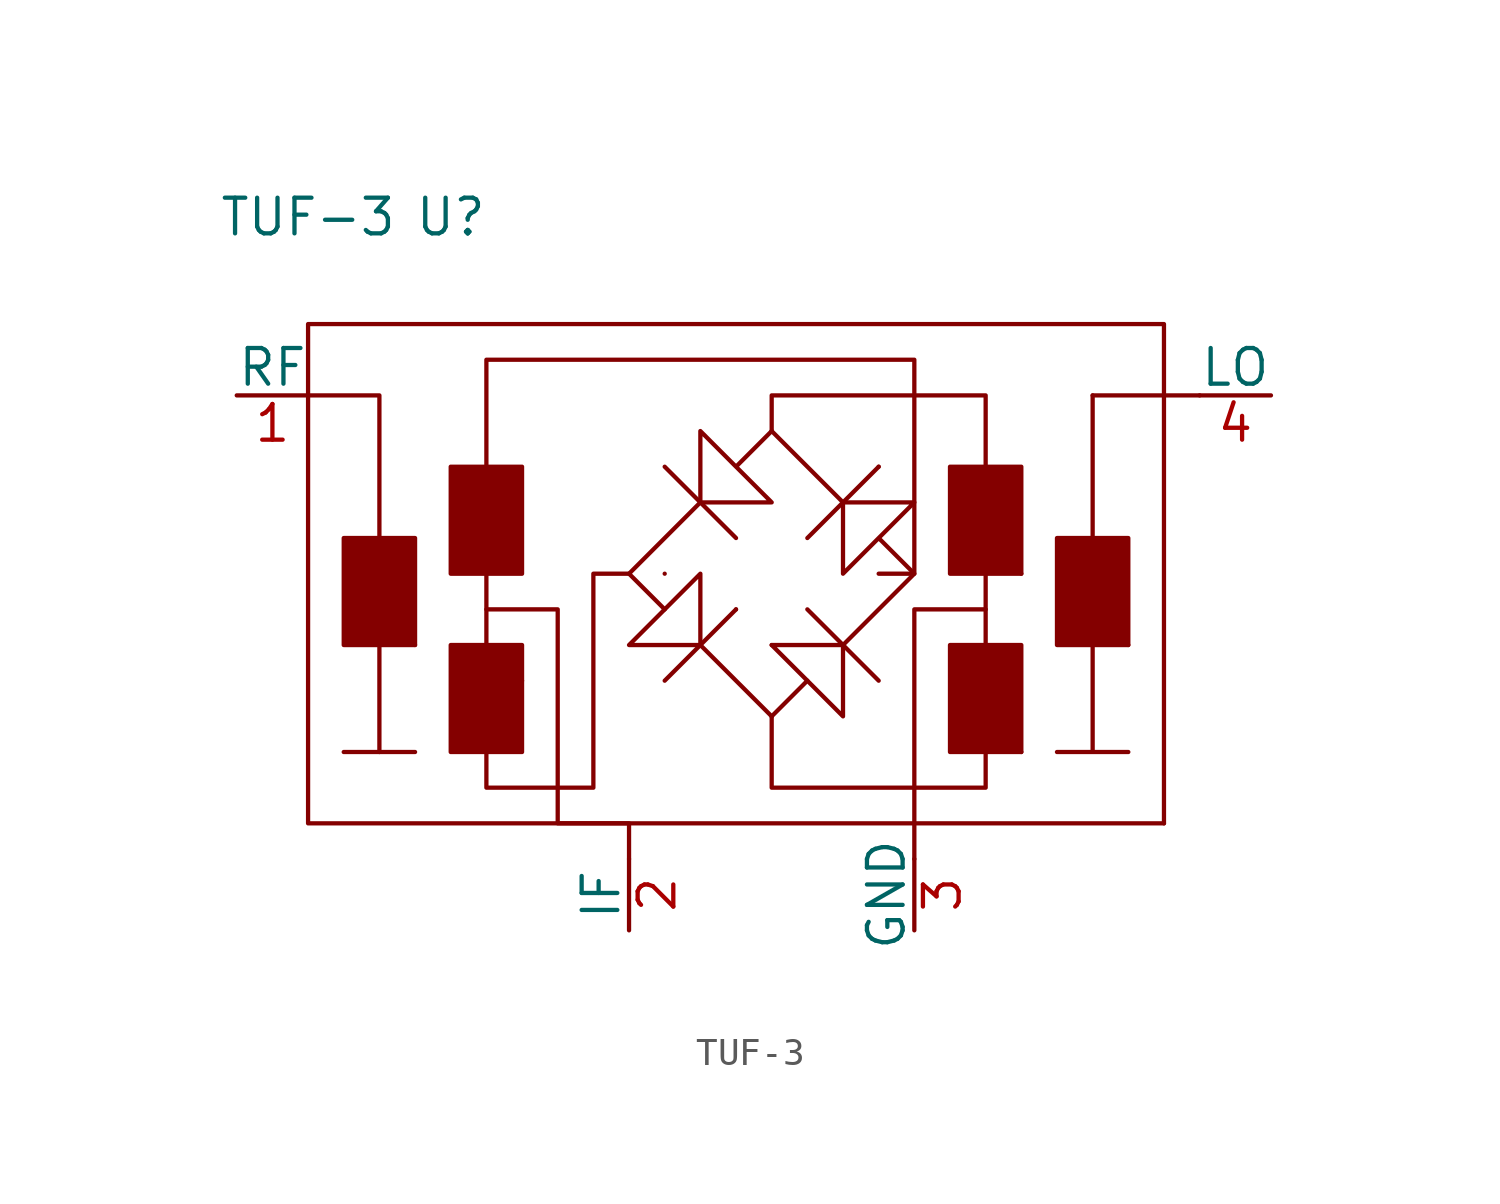
<source format=kicad_sym>
(kicad_symbol_lib
  (version 20211014)
  (generator kicad_symbol_editor)
  (symbol "TUF-3"
    (pin_names
      (offset 0))
    (property "Reference" "U"
      (at 5.08 3.81 0)
      (effects (font (size 1.27 1.27))))
    (property "Value" "TUF-3"
      (at 0 3.81 0)
      (effects (font (size 1.27 1.27))))
    (symbol "TUF-3_0_1"
      (polyline (pts (xy 1.27 -15.24) (xy 3.81 -15.24)) (stroke (width 0) (type default) (color 0 0 0 0)) (fill (type none)))
      (polyline (pts (xy 2.54 -11.43) (xy 2.54 -15.24)) (stroke (width 0) (type default) (color 0 0 0 0)) (fill (type none)))
      (polyline (pts (xy 6.35 -11.43) (xy 6.35 -11.43)) (stroke (width 0) (type default) (color 0 0 0 0)) (fill (type none)))
      (polyline (pts (xy 6.35 -8.89) (xy 6.35 -11.43)) (stroke (width 0) (type default) (color 0 0 0 0)) (fill (type none)))
      (polyline (pts (xy 12.7 -12.7) (xy 15.24 -10.16)) (stroke (width 0) (type default) (color 0 0 0 0)) (fill (type none)))
      (polyline (pts (xy 12.7 -5.08) (xy 15.24 -7.62)) (stroke (width 0) (type default) (color 0 0 0 0)) (fill (type none)))
      (polyline (pts (xy 15.24 -10.16) (xy 15.24 -10.16)) (stroke (width 0) (type default) (color 0 0 0 0)) (fill (type none)))
      (polyline (pts (xy 16.51 -13.97) (xy 16.51 -13.97)) (stroke (width 0) (type default) (color 0 0 0 0)) (fill (type none)))
      (polyline (pts (xy 16.51 -11.43) (xy 16.51 -11.43)) (stroke (width 0) (type default) (color 0 0 0 0)) (fill (type none)))
      (polyline (pts (xy 16.51 -3.81) (xy 19.05 -6.35)) (stroke (width 0) (type default) (color 0 0 0 0)) (fill (type none)))
      (polyline (pts (xy 17.78 -10.16) (xy 20.32 -12.7)) (stroke (width 0) (type default) (color 0 0 0 0)) (fill (type none)))
      (polyline (pts (xy 17.78 -7.62) (xy 20.32 -5.08)) (stroke (width 0) (type default) (color 0 0 0 0)) (fill (type none)))
      (polyline (pts (xy 20.32 -5.08) (xy 20.32 -5.08)) (stroke (width 0) (type default) (color 0 0 0 0)) (fill (type none)))
      (polyline (pts (xy 21.59 -19.05) (xy 21.59 -17.78)) (stroke (width 0) (type default) (color 0 0 0 0)) (fill (type none)))
      (polyline (pts (xy 24.13 -8.89) (xy 24.13 -11.43)) (stroke (width 0) (type default) (color 0 0 0 0)) (fill (type none)))
      (polyline (pts (xy 24.13 -5.08) (xy 24.13 -5.08)) (stroke (width 0) (type default) (color 0 0 0 0)) (fill (type none)))
      (polyline (pts (xy 0 -2.54) (xy 2.54 -2.54) (xy 2.54 -7.62)) (stroke (width 0) (type default) (color 0 0 0 0)) (fill (type none)))
      (polyline (pts (xy 13.97 -11.43) (xy 16.51 -13.97) (xy 17.78 -12.7)) (stroke (width 0) (type default) (color 0 0 0 0)) (fill (type none)))
      (polyline (pts (xy 13.97 -6.35) (xy 11.43 -8.89) (xy 12.7 -10.16)) (stroke (width 0) (type default) (color 0 0 0 0)) (fill (type none)))
      (polyline (pts (xy 24.13 -10.16) (xy 21.59 -10.16) (xy 21.59 -17.78)) (stroke (width 0) (type default) (color 0 0 0 0)) (fill (type none)))
      (polyline (pts (xy 16.51 -3.81) (xy 16.51 -2.54) (xy 24.13 -2.54) (xy 24.13 -5.08)) (stroke (width 0) (type default) (color 0 0 0 0)) (fill (type none)))
      (polyline (pts (xy 24.13 -15.24) (xy 24.13 -16.51) (xy 16.51 -16.51) (xy 16.51 -13.97)) (stroke (width 0) (type default) (color 0 0 0 0)) (fill (type none)))
      (polyline (pts (xy 27.94 -11.43) (xy 27.94 -15.24) (xy 26.67 -15.24) (xy 29.21 -15.24)) (stroke (width 0) (type default) (color 0 0 0 0)) (fill (type none)))
      (polyline (pts (xy 6.35 -15.24) (xy 6.35 -16.51) (xy 10.16 -16.51) (xy 10.16 -8.89) (xy 11.43 -8.89)) (stroke (width 0) (type default) (color 0 0 0 0)) (fill (type none)))
      (polyline (pts (xy 6.35 -10.16) (xy 8.89 -10.16) (xy 8.89 -17.78) (xy 11.43 -17.78) (xy 11.43 -19.05)) (stroke (width 0) (type default) (color 0 0 0 0)) (fill (type none)))
      (polyline (pts (xy 6.35 -5.08) (xy 6.35 -1.27) (xy 21.59 -1.27) (xy 21.59 -8.89) (xy 20.32 -8.89)) (stroke (width 0) (type default) (color 0 0 0 0)) (fill (type none)))
      (polyline (pts (xy 12.7 -10.16) (xy 11.43 -11.43) (xy 13.97 -11.43) (xy 13.97 -8.89) (xy 12.7 -10.16)) (stroke (width 0) (type default) (color 0 0 0 0)) (fill (type none)))
      (polyline (pts (xy 16.51 -11.43) (xy 17.78 -12.7) (xy 19.05 -13.97) (xy 19.05 -11.43) (xy 16.51 -11.43)) (stroke (width 0) (type default) (color 0 0 0 0)) (fill (type none)))
      (polyline (pts (xy 16.51 -3.81) (xy 15.24 -5.08) (xy 13.97 -3.81) (xy 13.97 -6.35) (xy 16.51 -6.35) (xy 15.24 -5.08)) (stroke (width 0) (type default) (color 0 0 0 0)) (fill (type none)))
      (polyline (pts (xy 19.05 -11.43) (xy 21.59 -8.89) (xy 20.32 -7.62) (xy 19.05 -8.89) (xy 19.05 -6.35) (xy 21.59 -6.35) (xy 20.32 -7.62)) (stroke (width 0) (type default) (color 0 0 0 0)) (fill (type none)))
      (rectangle (start 0 0) (end 30.48 -17.78) (stroke (width 0) (type default) (color 0 0 0 0)) (fill (type none)))
      (rectangle (start 1.27 -7.62) (end 3.81 -11.43) (stroke (width 0) (type default) (color 0 0 0 0)) (fill (type outline)))
      (rectangle (start 3.81 -11.43) (end 3.81 -11.43) (stroke (width 0) (type default) (color 0 0 0 0)) (fill (type none)))
      (rectangle (start 5.08 -11.43) (end 7.62 -15.24) (stroke (width 0) (type default) (color 0 0 0 0)) (fill (type outline)))
      (rectangle (start 5.08 -5.08) (end 7.62 -8.89) (stroke (width 0) (type default) (color 0 0 0 0)) (fill (type outline)))
      (rectangle (start 7.62 -12.7) (end 7.62 -12.7) (stroke (width 0) (type default) (color 0 0 0 0)) (fill (type none)))
      (rectangle (start 12.7 -8.89) (end 12.7 -8.89) (stroke (width 0) (type default) (color 0 0 0 0)) (fill (type none)))
      (rectangle (start 22.86 -11.43) (end 25.4 -15.24) (stroke (width 0) (type default) (color 0 0 0 0)) (fill (type outline)))
      (rectangle (start 22.86 -5.08) (end 25.4 -8.89) (stroke (width 0) (type default) (color 0 0 0 0)) (fill (type outline)))
      (rectangle (start 25.4 -15.24) (end 25.4 -15.24) (stroke (width 0) (type default) (color 0 0 0 0)) (fill (type none)))
      (rectangle (start 25.4 -8.89) (end 25.4 -8.89) (stroke (width 0) (type default) (color 0 0 0 0)) (fill (type none)))
      (rectangle (start 26.67 -7.62) (end 29.21 -11.43) (stroke (width 0) (type default) (color 0 0 0 0)) (fill (type outline)))
      (rectangle (start 27.94 -7.62) (end 27.94 -2.54) (stroke (width 0) (type default) (color 0 0 0 0)) (fill (type none)))
      (rectangle (start 29.21 -11.43) (end 29.21 -11.43) (stroke (width 0) (type default) (color 0 0 0 0)) (fill (type none)))
      (rectangle (start 30.48 -17.78) (end 30.48 -17.78) (stroke (width 0) (type default) (color 0 0 0 0)) (fill (type none)))
      (rectangle (start 31.75 -2.54) (end 27.94 -2.54) (stroke (width 0) (type default) (color 0 0 0 0)) (fill (type none))))
    (symbol "TUF-3_1_1"
      (pin input line (at -2.54 -2.54 0) (length 2.54) (name "RF" (effects (font (size 1.27 1.27)))) (number "1" (effects (font (size 1.27 1.27)))))
      (pin output line (at 11.43 -21.59 90) (length 2.54) (name "IF" (effects (font (size 1.27 1.27)))) (number "2" (effects (font (size 1.27 1.27)))))
      (pin input line (at 21.59 -21.59 90) (length 2.54) (name "GND" (effects (font (size 1.27 1.27)))) (number "3" (effects (font (size 1.27 1.27)))))
      (pin input line (at 34.29 -2.54 180) (length 2.54) (name "LO" (effects (font (size 1.27 1.27)))) (number "4" (effects (font (size 1.27 1.27))))))))
</source>
